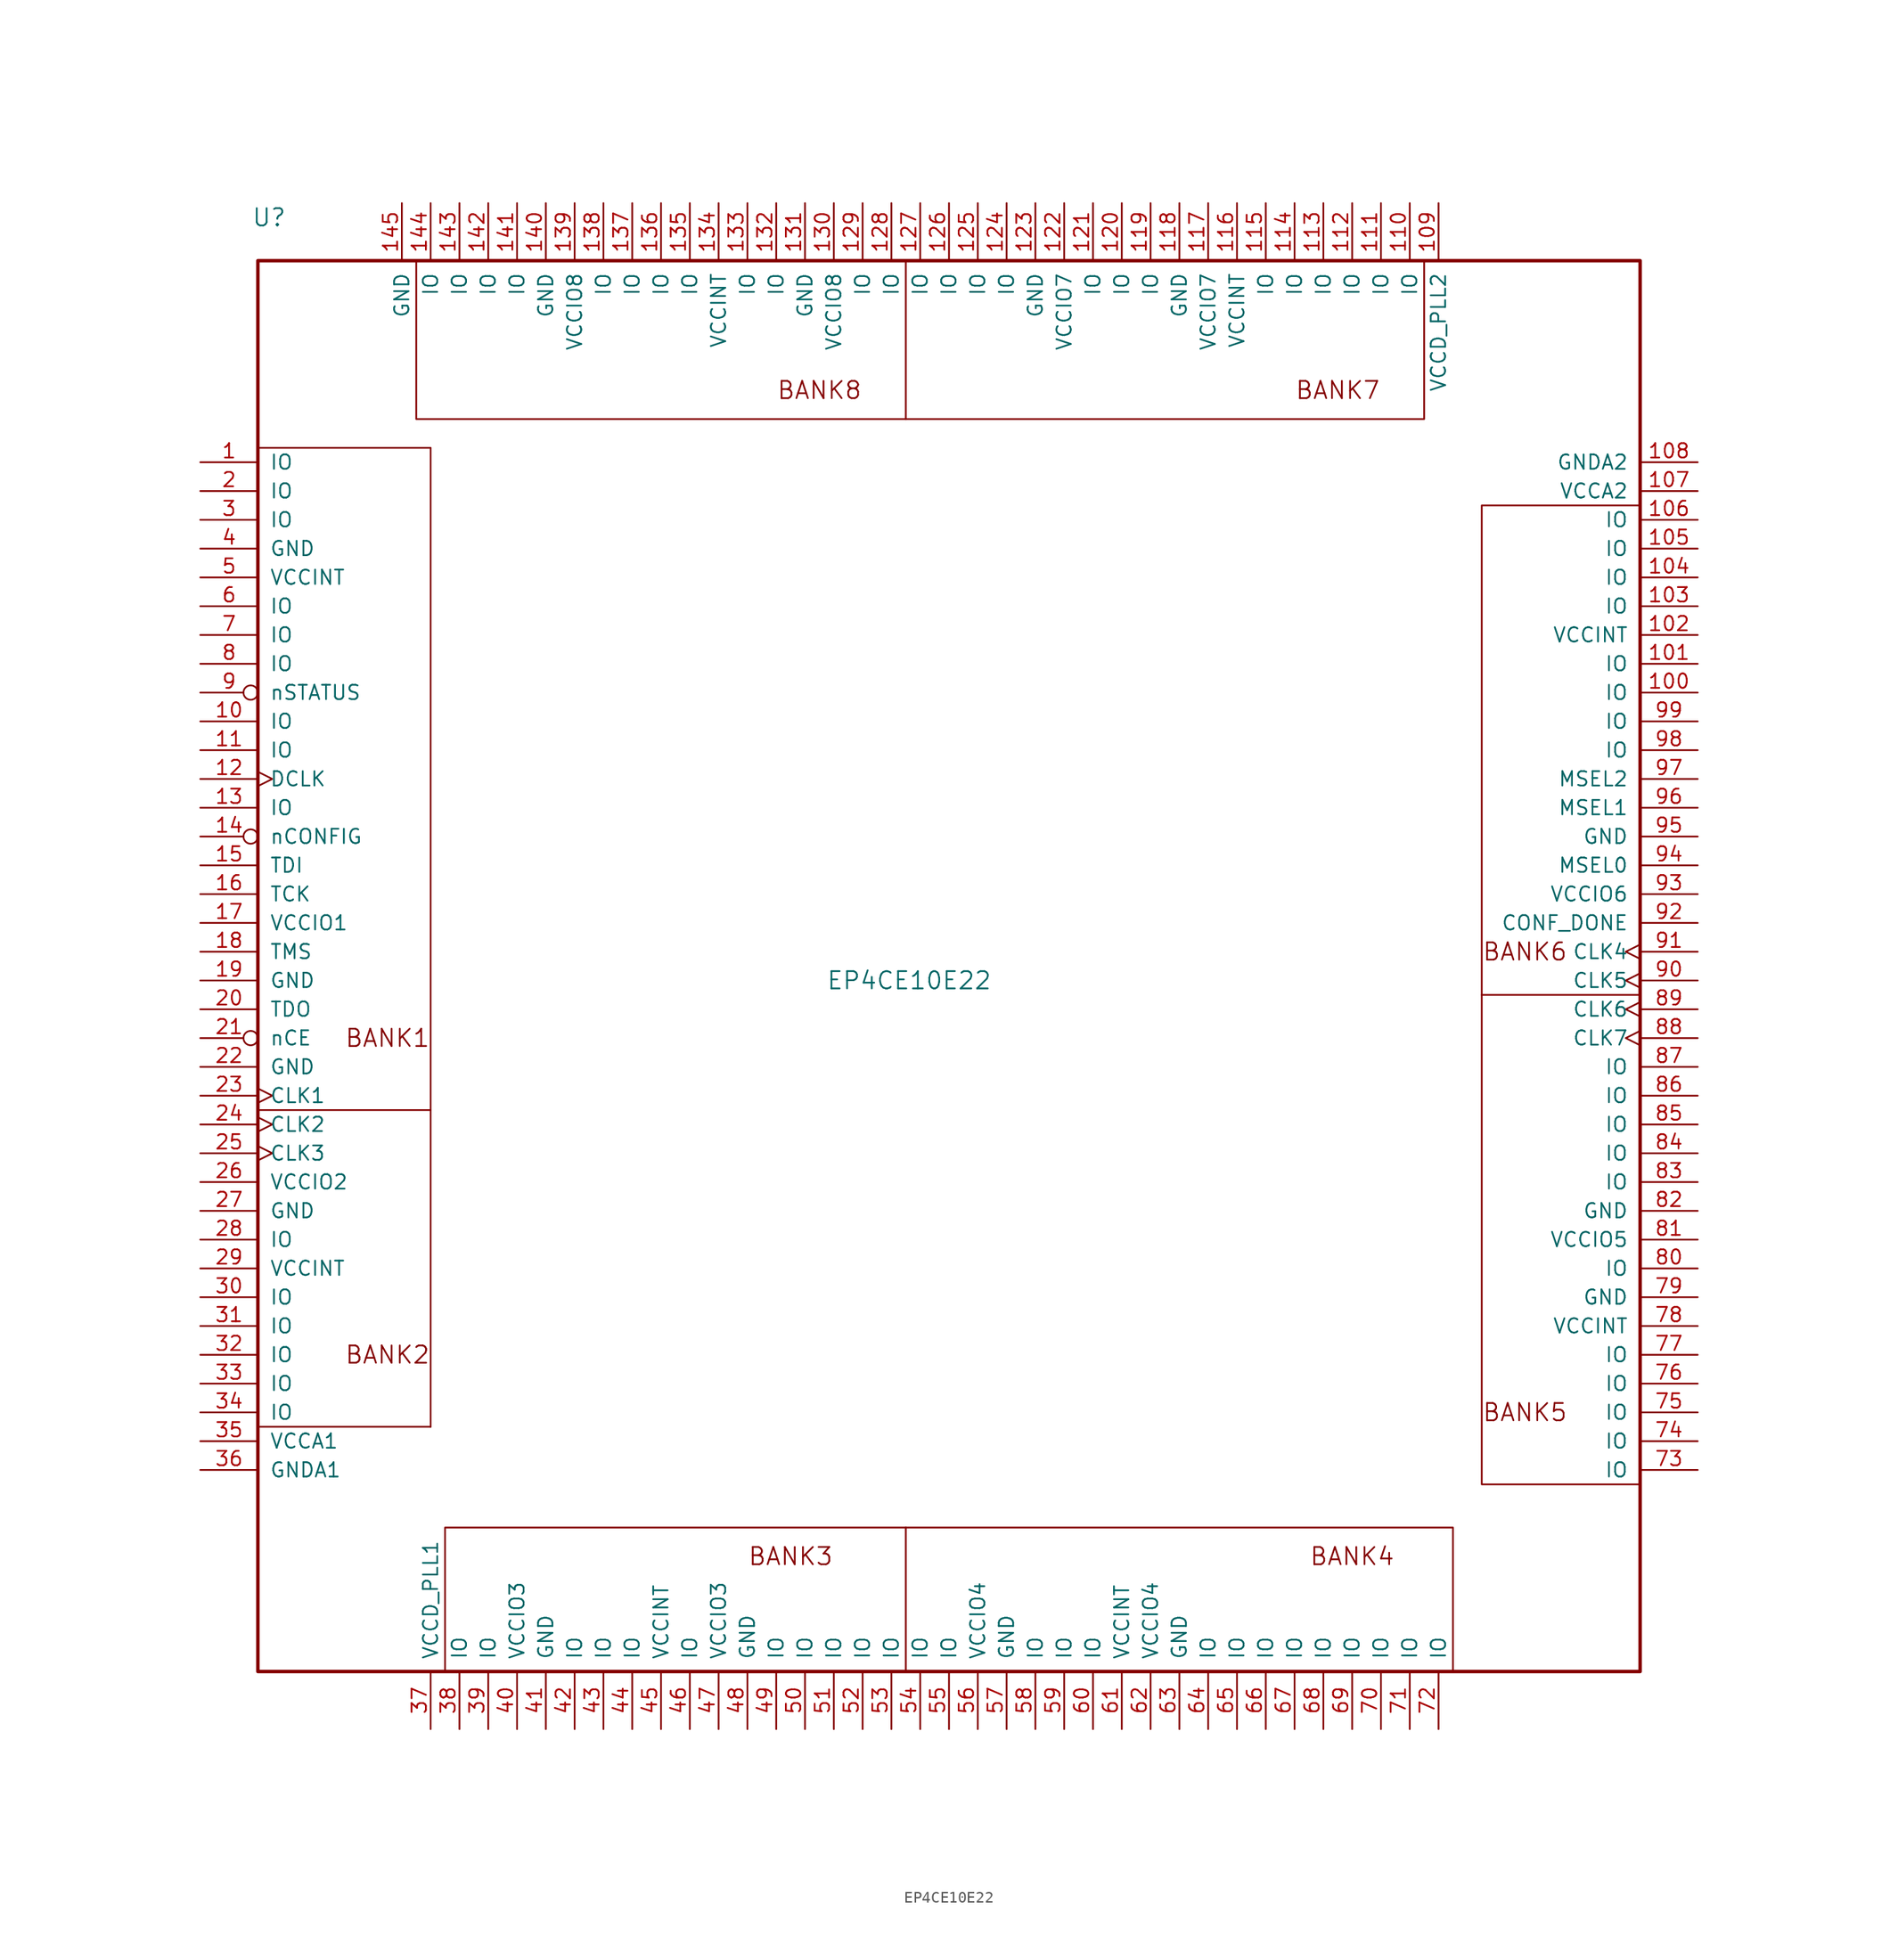
<source format=kicad_sym>
(kicad_symbol_lib
  (version 20220914)
  (generator kicad_symbol_editor)
  (symbol "EP4CE10E22"
    (pin_names
      (offset 1.016))
    (property "Reference" "U"
      (at 7.62 21.59 0)
      (effects (font (size 1.524 1.524)) (justify right)))
    (property "Value" "EP4CE10E22"
      (at 69.85 -45.72 0)
      (effects (font (size 1.524 1.524)) (justify right)))
    (property "Footprint" ""
      (at 0 0 0)
      (effects (font (size 1.524 1.524))))
    (property "Datasheet" ""
      (at 0 0 0)
      (effects (font (size 1.524 1.524))))
    (symbol "EP4CE10E22_0_0"
      (text "BANK1" (at 16.51 -50.8 0) (effects (font (size 1.524 1.524))))
      (text "BANK2" (at 16.51 -78.74 0) (effects (font (size 1.524 1.524))))
      (text "BANK3" (at 52.07 -96.52 0) (effects (font (size 1.524 1.524))))
      (text "BANK4" (at 101.6 -96.52 0) (effects (font (size 1.524 1.524))))
      (text "BANK5" (at 116.84 -83.82 0) (effects (font (size 1.524 1.524))))
      (text "BANK6" (at 116.84 -43.18 0) (effects (font (size 1.524 1.524))))
      (text "BANK7" (at 100.33 6.35 0) (effects (font (size 1.524 1.524))))
      (text "BANK8" (at 54.61 6.35 0) (effects (font (size 1.524 1.524)))))
    (symbol "EP4CE10E22_0_1"
      (polyline (pts (xy 5.08 -85.09) (xy 20.32 -85.09)) (stroke (width 0) (type default)) (fill (type none)))
      (polyline (pts (xy 20.32 -57.15) (xy 20.32 -85.09)) (stroke (width 0) (type default)) (fill (type none)))
      (polyline (pts (xy 62.23 -106.68) (xy 62.23 -93.98)) (stroke (width 0) (type default)) (fill (type none)))
      (polyline (pts (xy 127 -46.99) (xy 113.03 -46.99)) (stroke (width 0) (type default)) (fill (type none)))
      (polyline (pts (xy 21.59 -106.68) (xy 21.59 -93.98) (xy 62.23 -93.98)) (stroke (width 0) (type default)) (fill (type none)))
      (polyline (pts (xy 107.95 17.78) (xy 107.95 3.81) (xy 62.23 3.81)) (stroke (width 0) (type default)) (fill (type none)))
      (polyline (pts (xy 113.03 -46.99) (xy 113.03 -3.81) (xy 127 -3.81)) (stroke (width 0) (type default)) (fill (type none)))
      (polyline (pts (xy 127 -90.17) (xy 113.03 -90.17) (xy 113.03 -46.99)) (stroke (width 0) (type default)) (fill (type none)))
      (polyline (pts (xy 5.08 1.27) (xy 20.32 1.27) (xy 20.32 -57.15) (xy 5.08 -57.15)) (stroke (width 0) (type default)) (fill (type none)))
      (polyline (pts (xy 62.23 -93.98) (xy 86.36 -93.98) (xy 110.49 -93.98) (xy 110.49 -106.68)) (stroke (width 0) (type default)) (fill (type none)))
      (polyline (pts (xy 62.23 17.78) (xy 62.23 3.81) (xy 19.05 3.81) (xy 19.05 17.78)) (stroke (width 0) (type default)) (fill (type none))))
    (symbol "EP4CE10E22_1_1"
      (rectangle (start 5.08 17.78) (end 127 -106.68) (stroke (width 0.305) (type default)) (fill (type none)))
      (pin input line (at 0 0 0) (length 5.08) (name "IO" (effects (font (size 1.27 1.27)))) (number "1" (effects (font (size 1.27 1.27)))))
      (pin input line (at 0 -22.86 0) (length 5.08) (name "IO" (effects (font (size 1.27 1.27)))) (number "10" (effects (font (size 1.27 1.27)))))
      (pin input line (at 132.08 -20.32 180) (length 5.08) (name "IO" (effects (font (size 1.27 1.27)))) (number "100" (effects (font (size 1.27 1.27)))))
      (pin input line (at 132.08 -17.78 180) (length 5.08) (name "IO" (effects (font (size 1.27 1.27)))) (number "101" (effects (font (size 1.27 1.27)))))
      (pin power_in line (at 132.08 -15.24 180) (length 5.08) (name "VCCINT" (effects (font (size 1.27 1.27)))) (number "102" (effects (font (size 1.27 1.27)))))
      (pin input line (at 132.08 -12.7 180) (length 5.08) (name "IO" (effects (font (size 1.27 1.27)))) (number "103" (effects (font (size 1.27 1.27)))))
      (pin input line (at 132.08 -10.16 180) (length 5.08) (name "IO" (effects (font (size 1.27 1.27)))) (number "104" (effects (font (size 1.27 1.27)))))
      (pin input line (at 132.08 -7.62 180) (length 5.08) (name "IO" (effects (font (size 1.27 1.27)))) (number "105" (effects (font (size 1.27 1.27)))))
      (pin input line (at 132.08 -5.08 180) (length 5.08) (name "IO" (effects (font (size 1.27 1.27)))) (number "106" (effects (font (size 1.27 1.27)))))
      (pin power_in line (at 132.08 -2.54 180) (length 5.08) (name "VCCA2" (effects (font (size 1.27 1.27)))) (number "107" (effects (font (size 1.27 1.27)))))
      (pin power_in line (at 132.08 0 180) (length 5.08) (name "GNDA2" (effects (font (size 1.27 1.27)))) (number "108" (effects (font (size 1.27 1.27)))))
      (pin power_in line (at 109.22 22.86 270) (length 5.08) (name "VCCD_PLL2" (effects (font (size 1.27 1.27)))) (number "109" (effects (font (size 1.27 1.27)))))
      (pin input line (at 0 -25.4 0) (length 5.08) (name "IO" (effects (font (size 1.27 1.27)))) (number "11" (effects (font (size 1.27 1.27)))))
      (pin input line (at 106.68 22.86 270) (length 5.08) (name "IO" (effects (font (size 1.27 1.27)))) (number "110" (effects (font (size 1.27 1.27)))))
      (pin input line (at 104.14 22.86 270) (length 5.08) (name "IO" (effects (font (size 1.27 1.27)))) (number "111" (effects (font (size 1.27 1.27)))))
      (pin input line (at 101.6 22.86 270) (length 5.08) (name "IO" (effects (font (size 1.27 1.27)))) (number "112" (effects (font (size 1.27 1.27)))))
      (pin input line (at 99.06 22.86 270) (length 5.08) (name "IO" (effects (font (size 1.27 1.27)))) (number "113" (effects (font (size 1.27 1.27)))))
      (pin input line (at 96.52 22.86 270) (length 5.08) (name "IO" (effects (font (size 1.27 1.27)))) (number "114" (effects (font (size 1.27 1.27)))))
      (pin input line (at 93.98 22.86 270) (length 5.08) (name "IO" (effects (font (size 1.27 1.27)))) (number "115" (effects (font (size 1.27 1.27)))))
      (pin power_in line (at 91.44 22.86 270) (length 5.08) (name "VCCINT" (effects (font (size 1.27 1.27)))) (number "116" (effects (font (size 1.27 1.27)))))
      (pin power_in line (at 88.9 22.86 270) (length 5.08) (name "VCCIO7" (effects (font (size 1.27 1.27)))) (number "117" (effects (font (size 1.27 1.27)))))
      (pin power_in line (at 86.36 22.86 270) (length 5.08) (name "GND" (effects (font (size 1.27 1.27)))) (number "118" (effects (font (size 1.27 1.27)))))
      (pin input line (at 83.82 22.86 270) (length 5.08) (name "IO" (effects (font (size 1.27 1.27)))) (number "119" (effects (font (size 1.27 1.27)))))
      (pin input clock (at 0 -27.94 0) (length 5.08) (name "DCLK" (effects (font (size 1.27 1.27)))) (number "12" (effects (font (size 1.27 1.27)))))
      (pin input line (at 81.28 22.86 270) (length 5.08) (name "IO" (effects (font (size 1.27 1.27)))) (number "120" (effects (font (size 1.27 1.27)))))
      (pin input line (at 78.74 22.86 270) (length 5.08) (name "IO" (effects (font (size 1.27 1.27)))) (number "121" (effects (font (size 1.27 1.27)))))
      (pin power_in line (at 76.2 22.86 270) (length 5.08) (name "VCCIO7" (effects (font (size 1.27 1.27)))) (number "122" (effects (font (size 1.27 1.27)))))
      (pin power_in line (at 73.66 22.86 270) (length 5.08) (name "GND" (effects (font (size 1.27 1.27)))) (number "123" (effects (font (size 1.27 1.27)))))
      (pin input line (at 71.12 22.86 270) (length 5.08) (name "IO" (effects (font (size 1.27 1.27)))) (number "124" (effects (font (size 1.27 1.27)))))
      (pin input line (at 68.58 22.86 270) (length 5.08) (name "IO" (effects (font (size 1.27 1.27)))) (number "125" (effects (font (size 1.27 1.27)))))
      (pin input line (at 66.04 22.86 270) (length 5.08) (name "IO" (effects (font (size 1.27 1.27)))) (number "126" (effects (font (size 1.27 1.27)))))
      (pin input line (at 63.5 22.86 270) (length 5.08) (name "IO" (effects (font (size 1.27 1.27)))) (number "127" (effects (font (size 1.27 1.27)))))
      (pin input line (at 60.96 22.86 270) (length 5.08) (name "IO" (effects (font (size 1.27 1.27)))) (number "128" (effects (font (size 1.27 1.27)))))
      (pin input line (at 58.42 22.86 270) (length 5.08) (name "IO" (effects (font (size 1.27 1.27)))) (number "129" (effects (font (size 1.27 1.27)))))
      (pin input line (at 0 -30.48 0) (length 5.08) (name "IO" (effects (font (size 1.27 1.27)))) (number "13" (effects (font (size 1.27 1.27)))))
      (pin power_in line (at 55.88 22.86 270) (length 5.08) (name "VCCIO8" (effects (font (size 1.27 1.27)))) (number "130" (effects (font (size 1.27 1.27)))))
      (pin power_in line (at 53.34 22.86 270) (length 5.08) (name "GND" (effects (font (size 1.27 1.27)))) (number "131" (effects (font (size 1.27 1.27)))))
      (pin input line (at 50.8 22.86 270) (length 5.08) (name "IO" (effects (font (size 1.27 1.27)))) (number "132" (effects (font (size 1.27 1.27)))))
      (pin input line (at 48.26 22.86 270) (length 5.08) (name "IO" (effects (font (size 1.27 1.27)))) (number "133" (effects (font (size 1.27 1.27)))))
      (pin power_in line (at 45.72 22.86 270) (length 5.08) (name "VCCINT" (effects (font (size 1.27 1.27)))) (number "134" (effects (font (size 1.27 1.27)))))
      (pin input line (at 43.18 22.86 270) (length 5.08) (name "IO" (effects (font (size 1.27 1.27)))) (number "135" (effects (font (size 1.27 1.27)))))
      (pin input line (at 40.64 22.86 270) (length 5.08) (name "IO" (effects (font (size 1.27 1.27)))) (number "136" (effects (font (size 1.27 1.27)))))
      (pin input line (at 38.1 22.86 270) (length 5.08) (name "IO" (effects (font (size 1.27 1.27)))) (number "137" (effects (font (size 1.27 1.27)))))
      (pin input line (at 35.56 22.86 270) (length 5.08) (name "IO" (effects (font (size 1.27 1.27)))) (number "138" (effects (font (size 1.27 1.27)))))
      (pin power_in line (at 33.02 22.86 270) (length 5.08) (name "VCCIO8" (effects (font (size 1.27 1.27)))) (number "139" (effects (font (size 1.27 1.27)))))
      (pin input inverted (at 0 -33.02 0) (length 5.08) (name "nCONFIG" (effects (font (size 1.27 1.27)))) (number "14" (effects (font (size 1.27 1.27)))))
      (pin power_in line (at 30.48 22.86 270) (length 5.08) (name "GND" (effects (font (size 1.27 1.27)))) (number "140" (effects (font (size 1.27 1.27)))))
      (pin input line (at 27.94 22.86 270) (length 5.08) (name "IO" (effects (font (size 1.27 1.27)))) (number "141" (effects (font (size 1.27 1.27)))))
      (pin input line (at 25.4 22.86 270) (length 5.08) (name "IO" (effects (font (size 1.27 1.27)))) (number "142" (effects (font (size 1.27 1.27)))))
      (pin input line (at 22.86 22.86 270) (length 5.08) (name "IO" (effects (font (size 1.27 1.27)))) (number "143" (effects (font (size 1.27 1.27)))))
      (pin input line (at 20.32 22.86 270) (length 5.08) (name "IO" (effects (font (size 1.27 1.27)))) (number "144" (effects (font (size 1.27 1.27)))))
      (pin power_in line (at 17.78 22.86 270) (length 5.08) (name "GND" (effects (font (size 1.27 1.27)))) (number "145" (effects (font (size 1.27 1.27)))))
      (pin input line (at 0 -35.56 0) (length 5.08) (name "TDI" (effects (font (size 1.27 1.27)))) (number "15" (effects (font (size 1.27 1.27)))))
      (pin input line (at 0 -38.1 0) (length 5.08) (name "TCK" (effects (font (size 1.27 1.27)))) (number "16" (effects (font (size 1.27 1.27)))))
      (pin power_in line (at 0 -40.64 0) (length 5.08) (name "VCCIO1" (effects (font (size 1.27 1.27)))) (number "17" (effects (font (size 1.27 1.27)))))
      (pin input line (at 0 -43.18 0) (length 5.08) (name "TMS" (effects (font (size 1.27 1.27)))) (number "18" (effects (font (size 1.27 1.27)))))
      (pin power_in line (at 0 -45.72 0) (length 5.08) (name "GND" (effects (font (size 1.27 1.27)))) (number "19" (effects (font (size 1.27 1.27)))))
      (pin input line (at 0 -2.54 0) (length 5.08) (name "IO" (effects (font (size 1.27 1.27)))) (number "2" (effects (font (size 1.27 1.27)))))
      (pin input line (at 0 -48.26 0) (length 5.08) (name "TDO" (effects (font (size 1.27 1.27)))) (number "20" (effects (font (size 1.27 1.27)))))
      (pin input inverted (at 0 -50.8 0) (length 5.08) (name "nCE" (effects (font (size 1.27 1.27)))) (number "21" (effects (font (size 1.27 1.27)))))
      (pin power_in line (at 0 -53.34 0) (length 5.08) (name "GND" (effects (font (size 1.27 1.27)))) (number "22" (effects (font (size 1.27 1.27)))))
      (pin input clock (at 0 -55.88 0) (length 5.08) (name "CLK1" (effects (font (size 1.27 1.27)))) (number "23" (effects (font (size 1.27 1.27)))))
      (pin input clock (at 0 -58.42 0) (length 5.08) (name "CLK2" (effects (font (size 1.27 1.27)))) (number "24" (effects (font (size 1.27 1.27)))))
      (pin input clock (at 0 -60.96 0) (length 5.08) (name "CLK3" (effects (font (size 1.27 1.27)))) (number "25" (effects (font (size 1.27 1.27)))))
      (pin power_in line (at 0 -63.5 0) (length 5.08) (name "VCCIO2" (effects (font (size 1.27 1.27)))) (number "26" (effects (font (size 1.27 1.27)))))
      (pin power_in line (at 0 -66.04 0) (length 5.08) (name "GND" (effects (font (size 1.27 1.27)))) (number "27" (effects (font (size 1.27 1.27)))))
      (pin input line (at 0 -68.58 0) (length 5.08) (name "IO" (effects (font (size 1.27 1.27)))) (number "28" (effects (font (size 1.27 1.27)))))
      (pin power_in line (at 0 -71.12 0) (length 5.08) (name "VCCINT" (effects (font (size 1.27 1.27)))) (number "29" (effects (font (size 1.27 1.27)))))
      (pin input line (at 0 -5.08 0) (length 5.08) (name "IO" (effects (font (size 1.27 1.27)))) (number "3" (effects (font (size 1.27 1.27)))))
      (pin input line (at 0 -73.66 0) (length 5.08) (name "IO" (effects (font (size 1.27 1.27)))) (number "30" (effects (font (size 1.27 1.27)))))
      (pin input line (at 0 -76.2 0) (length 5.08) (name "IO" (effects (font (size 1.27 1.27)))) (number "31" (effects (font (size 1.27 1.27)))))
      (pin input line (at 0 -78.74 0) (length 5.08) (name "IO" (effects (font (size 1.27 1.27)))) (number "32" (effects (font (size 1.27 1.27)))))
      (pin input line (at 0 -81.28 0) (length 5.08) (name "IO" (effects (font (size 1.27 1.27)))) (number "33" (effects (font (size 1.27 1.27)))))
      (pin input line (at 0 -83.82 0) (length 5.08) (name "IO" (effects (font (size 1.27 1.27)))) (number "34" (effects (font (size 1.27 1.27)))))
      (pin power_in line (at 0 -86.36 0) (length 5.08) (name "VCCA1" (effects (font (size 1.27 1.27)))) (number "35" (effects (font (size 1.27 1.27)))))
      (pin power_in line (at 0 -88.9 0) (length 5.08) (name "GNDA1" (effects (font (size 1.27 1.27)))) (number "36" (effects (font (size 1.27 1.27)))))
      (pin power_in line (at 20.32 -111.76 90) (length 5.08) (name "VCCD_PLL1" (effects (font (size 1.27 1.27)))) (number "37" (effects (font (size 1.27 1.27)))))
      (pin input line (at 22.86 -111.76 90) (length 5.08) (name "IO" (effects (font (size 1.27 1.27)))) (number "38" (effects (font (size 1.27 1.27)))))
      (pin input line (at 25.4 -111.76 90) (length 5.08) (name "IO" (effects (font (size 1.27 1.27)))) (number "39" (effects (font (size 1.27 1.27)))))
      (pin power_in line (at 0 -7.62 0) (length 5.08) (name "GND" (effects (font (size 1.27 1.27)))) (number "4" (effects (font (size 1.27 1.27)))))
      (pin power_in line (at 27.94 -111.76 90) (length 5.08) (name "VCCIO3" (effects (font (size 1.27 1.27)))) (number "40" (effects (font (size 1.27 1.27)))))
      (pin power_in line (at 30.48 -111.76 90) (length 5.08) (name "GND" (effects (font (size 1.27 1.27)))) (number "41" (effects (font (size 1.27 1.27)))))
      (pin input line (at 33.02 -111.76 90) (length 5.08) (name "IO" (effects (font (size 1.27 1.27)))) (number "42" (effects (font (size 1.27 1.27)))))
      (pin input line (at 35.56 -111.76 90) (length 5.08) (name "IO" (effects (font (size 1.27 1.27)))) (number "43" (effects (font (size 1.27 1.27)))))
      (pin input line (at 38.1 -111.76 90) (length 5.08) (name "IO" (effects (font (size 1.27 1.27)))) (number "44" (effects (font (size 1.27 1.27)))))
      (pin power_in line (at 40.64 -111.76 90) (length 5.08) (name "VCCINT" (effects (font (size 1.27 1.27)))) (number "45" (effects (font (size 1.27 1.27)))))
      (pin input line (at 43.18 -111.76 90) (length 5.08) (name "IO" (effects (font (size 1.27 1.27)))) (number "46" (effects (font (size 1.27 1.27)))))
      (pin power_in line (at 45.72 -111.76 90) (length 5.08) (name "VCCIO3" (effects (font (size 1.27 1.27)))) (number "47" (effects (font (size 1.27 1.27)))))
      (pin power_in line (at 48.26 -111.76 90) (length 5.08) (name "GND" (effects (font (size 1.27 1.27)))) (number "48" (effects (font (size 1.27 1.27)))))
      (pin input line (at 50.8 -111.76 90) (length 5.08) (name "IO" (effects (font (size 1.27 1.27)))) (number "49" (effects (font (size 1.27 1.27)))))
      (pin power_in line (at 0 -10.16 0) (length 5.08) (name "VCCINT" (effects (font (size 1.27 1.27)))) (number "5" (effects (font (size 1.27 1.27)))))
      (pin input line (at 53.34 -111.76 90) (length 5.08) (name "IO" (effects (font (size 1.27 1.27)))) (number "50" (effects (font (size 1.27 1.27)))))
      (pin input line (at 55.88 -111.76 90) (length 5.08) (name "IO" (effects (font (size 1.27 1.27)))) (number "51" (effects (font (size 1.27 1.27)))))
      (pin input line (at 58.42 -111.76 90) (length 5.08) (name "IO" (effects (font (size 1.27 1.27)))) (number "52" (effects (font (size 1.27 1.27)))))
      (pin input line (at 60.96 -111.76 90) (length 5.08) (name "IO" (effects (font (size 1.27 1.27)))) (number "53" (effects (font (size 1.27 1.27)))))
      (pin input line (at 63.5 -111.76 90) (length 5.08) (name "IO" (effects (font (size 1.27 1.27)))) (number "54" (effects (font (size 1.27 1.27)))))
      (pin input line (at 66.04 -111.76 90) (length 5.08) (name "IO" (effects (font (size 1.27 1.27)))) (number "55" (effects (font (size 1.27 1.27)))))
      (pin power_in line (at 68.58 -111.76 90) (length 5.08) (name "VCCIO4" (effects (font (size 1.27 1.27)))) (number "56" (effects (font (size 1.27 1.27)))))
      (pin power_in line (at 71.12 -111.76 90) (length 5.08) (name "GND" (effects (font (size 1.27 1.27)))) (number "57" (effects (font (size 1.27 1.27)))))
      (pin input line (at 73.66 -111.76 90) (length 5.08) (name "IO" (effects (font (size 1.27 1.27)))) (number "58" (effects (font (size 1.27 1.27)))))
      (pin input line (at 76.2 -111.76 90) (length 5.08) (name "IO" (effects (font (size 1.27 1.27)))) (number "59" (effects (font (size 1.27 1.27)))))
      (pin input line (at 0 -12.7 0) (length 5.08) (name "IO" (effects (font (size 1.27 1.27)))) (number "6" (effects (font (size 1.27 1.27)))))
      (pin input line (at 78.74 -111.76 90) (length 5.08) (name "IO" (effects (font (size 1.27 1.27)))) (number "60" (effects (font (size 1.27 1.27)))))
      (pin power_in line (at 81.28 -111.76 90) (length 5.08) (name "VCCINT" (effects (font (size 1.27 1.27)))) (number "61" (effects (font (size 1.27 1.27)))))
      (pin power_in line (at 83.82 -111.76 90) (length 5.08) (name "VCCIO4" (effects (font (size 1.27 1.27)))) (number "62" (effects (font (size 1.27 1.27)))))
      (pin power_in line (at 86.36 -111.76 90) (length 5.08) (name "GND" (effects (font (size 1.27 1.27)))) (number "63" (effects (font (size 1.27 1.27)))))
      (pin input line (at 88.9 -111.76 90) (length 5.08) (name "IO" (effects (font (size 1.27 1.27)))) (number "64" (effects (font (size 1.27 1.27)))))
      (pin input line (at 91.44 -111.76 90) (length 5.08) (name "IO" (effects (font (size 1.27 1.27)))) (number "65" (effects (font (size 1.27 1.27)))))
      (pin input line (at 93.98 -111.76 90) (length 5.08) (name "IO" (effects (font (size 1.27 1.27)))) (number "66" (effects (font (size 1.27 1.27)))))
      (pin input line (at 96.52 -111.76 90) (length 5.08) (name "IO" (effects (font (size 1.27 1.27)))) (number "67" (effects (font (size 1.27 1.27)))))
      (pin input line (at 99.06 -111.76 90) (length 5.08) (name "IO" (effects (font (size 1.27 1.27)))) (number "68" (effects (font (size 1.27 1.27)))))
      (pin input line (at 101.6 -111.76 90) (length 5.08) (name "IO" (effects (font (size 1.27 1.27)))) (number "69" (effects (font (size 1.27 1.27)))))
      (pin input line (at 0 -15.24 0) (length 5.08) (name "IO" (effects (font (size 1.27 1.27)))) (number "7" (effects (font (size 1.27 1.27)))))
      (pin input line (at 104.14 -111.76 90) (length 5.08) (name "IO" (effects (font (size 1.27 1.27)))) (number "70" (effects (font (size 1.27 1.27)))))
      (pin input line (at 106.68 -111.76 90) (length 5.08) (name "IO" (effects (font (size 1.27 1.27)))) (number "71" (effects (font (size 1.27 1.27)))))
      (pin input line (at 109.22 -111.76 90) (length 5.08) (name "IO" (effects (font (size 1.27 1.27)))) (number "72" (effects (font (size 1.27 1.27)))))
      (pin input line (at 132.08 -88.9 180) (length 5.08) (name "IO" (effects (font (size 1.27 1.27)))) (number "73" (effects (font (size 1.27 1.27)))))
      (pin input line (at 132.08 -86.36 180) (length 5.08) (name "IO" (effects (font (size 1.27 1.27)))) (number "74" (effects (font (size 1.27 1.27)))))
      (pin input line (at 132.08 -83.82 180) (length 5.08) (name "IO" (effects (font (size 1.27 1.27)))) (number "75" (effects (font (size 1.27 1.27)))))
      (pin input line (at 132.08 -81.28 180) (length 5.08) (name "IO" (effects (font (size 1.27 1.27)))) (number "76" (effects (font (size 1.27 1.27)))))
      (pin input line (at 132.08 -78.74 180) (length 5.08) (name "IO" (effects (font (size 1.27 1.27)))) (number "77" (effects (font (size 1.27 1.27)))))
      (pin power_in line (at 132.08 -76.2 180) (length 5.08) (name "VCCINT" (effects (font (size 1.27 1.27)))) (number "78" (effects (font (size 1.27 1.27)))))
      (pin power_in line (at 132.08 -73.66 180) (length 5.08) (name "GND" (effects (font (size 1.27 1.27)))) (number "79" (effects (font (size 1.27 1.27)))))
      (pin input line (at 0 -17.78 0) (length 5.08) (name "IO" (effects (font (size 1.27 1.27)))) (number "8" (effects (font (size 1.27 1.27)))))
      (pin input line (at 132.08 -71.12 180) (length 5.08) (name "IO" (effects (font (size 1.27 1.27)))) (number "80" (effects (font (size 1.27 1.27)))))
      (pin power_in line (at 132.08 -68.58 180) (length 5.08) (name "VCCIO5" (effects (font (size 1.27 1.27)))) (number "81" (effects (font (size 1.27 1.27)))))
      (pin power_in line (at 132.08 -66.04 180) (length 5.08) (name "GND" (effects (font (size 1.27 1.27)))) (number "82" (effects (font (size 1.27 1.27)))))
      (pin input line (at 132.08 -63.5 180) (length 5.08) (name "IO" (effects (font (size 1.27 1.27)))) (number "83" (effects (font (size 1.27 1.27)))))
      (pin input line (at 132.08 -60.96 180) (length 5.08) (name "IO" (effects (font (size 1.27 1.27)))) (number "84" (effects (font (size 1.27 1.27)))))
      (pin input line (at 132.08 -58.42 180) (length 5.08) (name "IO" (effects (font (size 1.27 1.27)))) (number "85" (effects (font (size 1.27 1.27)))))
      (pin input line (at 132.08 -55.88 180) (length 5.08) (name "IO" (effects (font (size 1.27 1.27)))) (number "86" (effects (font (size 1.27 1.27)))))
      (pin input line (at 132.08 -53.34 180) (length 5.08) (name "IO" (effects (font (size 1.27 1.27)))) (number "87" (effects (font (size 1.27 1.27)))))
      (pin input clock (at 132.08 -50.8 180) (length 5.08) (name "CLK7" (effects (font (size 1.27 1.27)))) (number "88" (effects (font (size 1.27 1.27)))))
      (pin input clock (at 132.08 -48.26 180) (length 5.08) (name "CLK6" (effects (font (size 1.27 1.27)))) (number "89" (effects (font (size 1.27 1.27)))))
      (pin input inverted (at 0 -20.32 0) (length 5.08) (name "nSTATUS" (effects (font (size 1.27 1.27)))) (number "9" (effects (font (size 1.27 1.27)))))
      (pin input clock (at 132.08 -45.72 180) (length 5.08) (name "CLK5" (effects (font (size 1.27 1.27)))) (number "90" (effects (font (size 1.27 1.27)))))
      (pin input clock (at 132.08 -43.18 180) (length 5.08) (name "CLK4" (effects (font (size 1.27 1.27)))) (number "91" (effects (font (size 1.27 1.27)))))
      (pin input line (at 132.08 -40.64 180) (length 5.08) (name "CONF_DONE" (effects (font (size 1.27 1.27)))) (number "92" (effects (font (size 1.27 1.27)))))
      (pin power_in line (at 132.08 -38.1 180) (length 5.08) (name "VCCIO6" (effects (font (size 1.27 1.27)))) (number "93" (effects (font (size 1.27 1.27)))))
      (pin input line (at 132.08 -35.56 180) (length 5.08) (name "MSEL0" (effects (font (size 1.27 1.27)))) (number "94" (effects (font (size 1.27 1.27)))))
      (pin power_in line (at 132.08 -33.02 180) (length 5.08) (name "GND" (effects (font (size 1.27 1.27)))) (number "95" (effects (font (size 1.27 1.27)))))
      (pin input line (at 132.08 -30.48 180) (length 5.08) (name "MSEL1" (effects (font (size 1.27 1.27)))) (number "96" (effects (font (size 1.27 1.27)))))
      (pin input line (at 132.08 -27.94 180) (length 5.08) (name "MSEL2" (effects (font (size 1.27 1.27)))) (number "97" (effects (font (size 1.27 1.27)))))
      (pin input line (at 132.08 -25.4 180) (length 5.08) (name "IO" (effects (font (size 1.27 1.27)))) (number "98" (effects (font (size 1.27 1.27)))))
      (pin input line (at 132.08 -22.86 180) (length 5.08) (name "IO" (effects (font (size 1.27 1.27)))) (number "99" (effects (font (size 1.27 1.27))))))))
</source>
